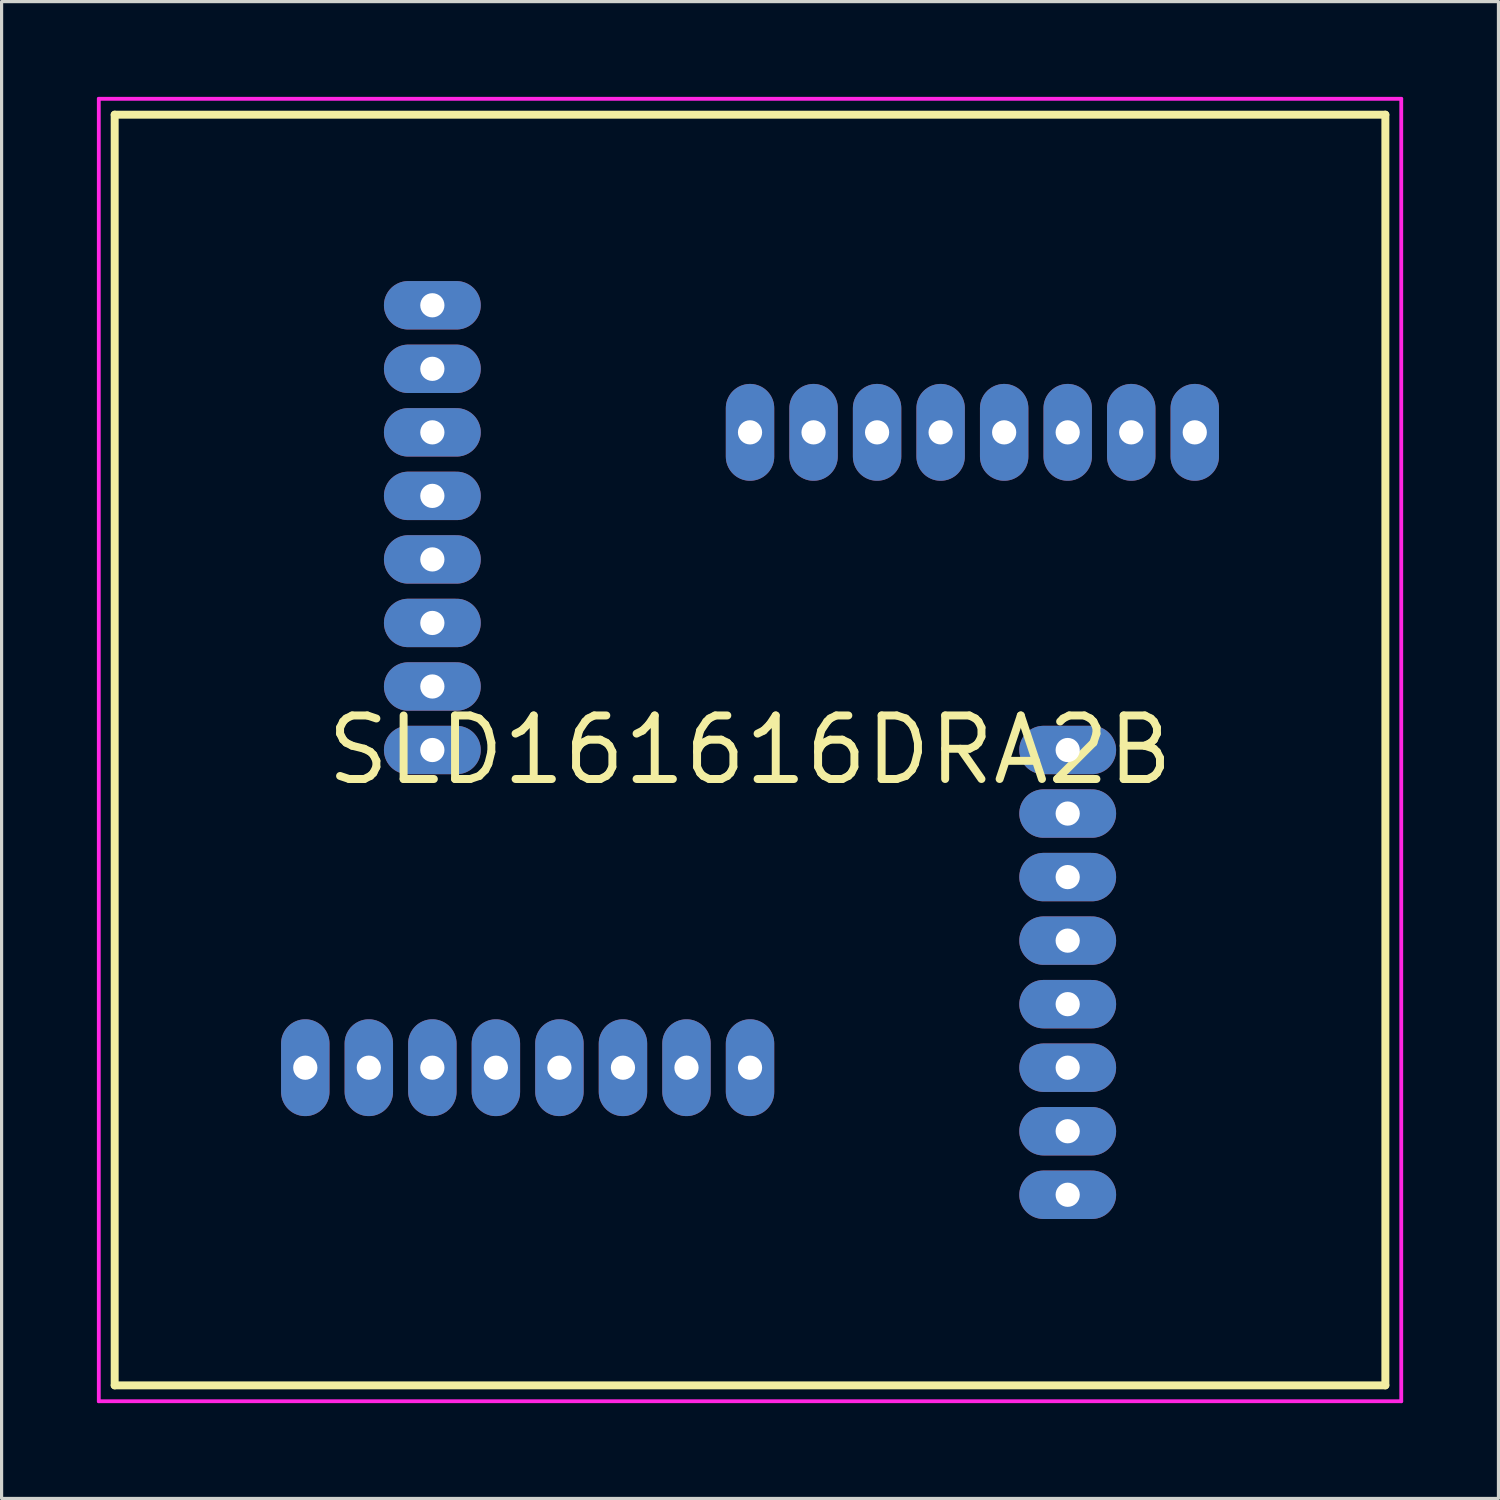
<source format=kicad_pcb>
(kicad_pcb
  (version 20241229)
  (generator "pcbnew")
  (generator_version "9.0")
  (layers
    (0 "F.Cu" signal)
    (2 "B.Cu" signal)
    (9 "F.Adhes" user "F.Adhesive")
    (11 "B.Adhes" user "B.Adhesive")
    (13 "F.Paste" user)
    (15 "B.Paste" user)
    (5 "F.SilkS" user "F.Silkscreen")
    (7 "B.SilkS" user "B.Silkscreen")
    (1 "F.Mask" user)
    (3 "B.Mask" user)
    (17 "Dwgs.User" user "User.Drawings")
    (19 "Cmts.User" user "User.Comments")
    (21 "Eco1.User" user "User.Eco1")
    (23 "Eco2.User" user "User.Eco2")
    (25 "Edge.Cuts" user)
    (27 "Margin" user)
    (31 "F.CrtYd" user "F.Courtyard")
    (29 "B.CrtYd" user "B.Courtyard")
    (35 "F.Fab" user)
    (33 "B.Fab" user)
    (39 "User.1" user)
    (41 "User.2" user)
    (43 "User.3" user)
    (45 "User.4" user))
  (footprint "SLD161616DRA2B"
    (layer "F.Cu")
    (at 20.56 20.56)
    (property "Reference" "SLD161616DRA2B" (at 0 0 0) (layer "F.SilkS") (effects (font (size 2 2) (thickness 0.25))))
    (attr through_hole)
    (fp_line (start -20 -20) (end -20 20) (stroke (width 0.25) (type solid)) (layer "F.SilkS"))
    (fp_line (start -20 20) (end 20 20) (stroke (width 0.25) (type solid)) (layer "F.SilkS"))
    (fp_line (start 20 -20) (end -20 -20) (stroke (width 0.25) (type solid)) (layer "F.SilkS"))
    (fp_line (start 20 20) (end 20 -20) (stroke (width 0.25) (type solid)) (layer "F.SilkS"))
    (fp_line (start -20.5 -20.5) (end -20.5 20.5) (stroke (width 0.12) (type solid)) (layer "F.CrtYd"))
    (fp_line (start -20.5 20.5) (end 20.5 20.5) (stroke (width 0.12) (type solid)) (layer "F.CrtYd"))
    (fp_line (start 20.5 -20.5) (end -20.5 -20.5) (stroke (width 0.12) (type solid)) (layer "F.CrtYd"))
    (fp_line (start 20.5 20.5) (end 20.5 -20.5) (stroke (width 0.12) (type solid)) (layer "F.CrtYd"))
    (pad "1" thru_hole oval (at -14 10 180) (size 1.524 3.048) (drill 0.762) (layers "*.Cu" "*.Mask"))
    (pad "2" thru_hole oval (at -12 10 180) (size 1.524 3.048) (drill 0.762) (layers "*.Cu" "*.Mask"))
    (pad "3" thru_hole oval (at -10 10 180) (size 1.524 3.048) (drill 0.762) (layers "*.Cu" "*.Mask"))
    (pad "4" thru_hole oval (at -8 10 180) (size 1.524 3.048) (drill 0.762) (layers "*.Cu" "*.Mask"))
    (pad "5" thru_hole oval (at -6 10 180) (size 1.524 3.048) (drill 0.762) (layers "*.Cu" "*.Mask"))
    (pad "6" thru_hole oval (at -4 10 180) (size 1.524 3.048) (drill 0.762) (layers "*.Cu" "*.Mask"))
    (pad "7" thru_hole oval (at -2 10 180) (size 1.524 3.048) (drill 0.762) (layers "*.Cu" "*.Mask"))
    (pad "8" thru_hole oval (at 0 10 180) (size 1.524 3.048) (drill 0.762) (layers "*.Cu" "*.Mask"))
    (pad "9" thru_hole oval (at 10 14 90) (size 1.524 3.048) (drill 0.762) (layers "*.Cu" "*.Mask"))
    (pad "10" thru_hole oval (at 10 12 90) (size 1.524 3.048) (drill 0.762) (layers "*.Cu" "*.Mask"))
    (pad "11" thru_hole oval (at 10 10 90) (size 1.524 3.048) (drill 0.762) (layers "*.Cu" "*.Mask"))
    (pad "12" thru_hole oval (at 10 8 90) (size 1.524 3.048) (drill 0.762) (layers "*.Cu" "*.Mask"))
    (pad "13" thru_hole oval (at 10 6 90) (size 1.524 3.048) (drill 0.762) (layers "*.Cu" "*.Mask"))
    (pad "14" thru_hole oval (at 10 4 90) (size 1.524 3.048) (drill 0.762) (layers "*.Cu" "*.Mask"))
    (pad "15" thru_hole oval (at 10 2 90) (size 1.524 3.048) (drill 0.762) (layers "*.Cu" "*.Mask"))
    (pad "16" thru_hole oval (at 10 0 90) (size 1.524 3.048) (drill 0.762) (layers "*.Cu" "*.Mask"))
    (pad "17" thru_hole oval (at 14 -10 180) (size 1.524 3.048) (drill 0.762) (layers "*.Cu" "*.Mask"))
    (pad "18" thru_hole oval (at 12 -10 180) (size 1.524 3.048) (drill 0.762) (layers "*.Cu" "*.Mask"))
    (pad "19" thru_hole oval (at 10 -10 180) (size 1.524 3.048) (drill 0.762) (layers "*.Cu" "*.Mask"))
    (pad "20" thru_hole oval (at 8 -10 180) (size 1.524 3.048) (drill 0.762) (layers "*.Cu" "*.Mask"))
    (pad "21" thru_hole oval (at 6 -10 180) (size 1.524 3.048) (drill 0.762) (layers "*.Cu" "*.Mask"))
    (pad "22" thru_hole oval (at 4 -10 180) (size 1.524 3.048) (drill 0.762) (layers "*.Cu" "*.Mask"))
    (pad "23" thru_hole oval (at 2 -10 180) (size 1.524 3.048) (drill 0.762) (layers "*.Cu" "*.Mask"))
    (pad "24" thru_hole oval (at 0 -10 180) (size 1.524 3.048) (drill 0.762) (layers "*.Cu" "*.Mask"))
    (pad "25" thru_hole oval (at -10 -14 90) (size 1.524 3.048) (drill 0.762) (layers "*.Cu" "*.Mask"))
    (pad "26" thru_hole oval (at -10 -12 90) (size 1.524 3.048) (drill 0.762) (layers "*.Cu" "*.Mask"))
    (pad "27" thru_hole oval (at -10 -10 90) (size 1.524 3.048) (drill 0.762) (layers "*.Cu" "*.Mask"))
    (pad "28" thru_hole oval (at -10 -8 90) (size 1.524 3.048) (drill 0.762) (layers "*.Cu" "*.Mask"))
    (pad "29" thru_hole oval (at -10 -6 90) (size 1.524 3.048) (drill 0.762) (layers "*.Cu" "*.Mask"))
    (pad "30" thru_hole oval (at -10 -4 90) (size 1.524 3.048) (drill 0.762) (layers "*.Cu" "*.Mask"))
    (pad "31" thru_hole oval (at -10 -2 90) (size 1.524 3.048) (drill 0.762) (layers "*.Cu" "*.Mask"))
    (pad "32" thru_hole oval (at -10 0 90) (size 1.524 3.048) (drill 0.762) (layers "*.Cu" "*.Mask")))
  (gr_rect
    (start -3 -3)
    (end 44.12 44.12)
    (stroke (width 0.1) (type default))
    (fill no)
    (layer "Edge.Cuts")))
</source>
